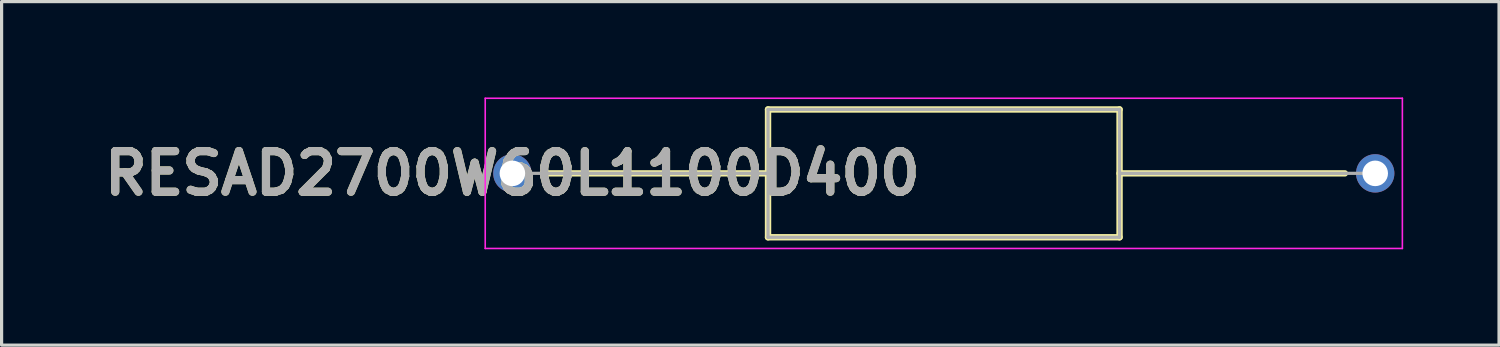
<source format=kicad_pcb>
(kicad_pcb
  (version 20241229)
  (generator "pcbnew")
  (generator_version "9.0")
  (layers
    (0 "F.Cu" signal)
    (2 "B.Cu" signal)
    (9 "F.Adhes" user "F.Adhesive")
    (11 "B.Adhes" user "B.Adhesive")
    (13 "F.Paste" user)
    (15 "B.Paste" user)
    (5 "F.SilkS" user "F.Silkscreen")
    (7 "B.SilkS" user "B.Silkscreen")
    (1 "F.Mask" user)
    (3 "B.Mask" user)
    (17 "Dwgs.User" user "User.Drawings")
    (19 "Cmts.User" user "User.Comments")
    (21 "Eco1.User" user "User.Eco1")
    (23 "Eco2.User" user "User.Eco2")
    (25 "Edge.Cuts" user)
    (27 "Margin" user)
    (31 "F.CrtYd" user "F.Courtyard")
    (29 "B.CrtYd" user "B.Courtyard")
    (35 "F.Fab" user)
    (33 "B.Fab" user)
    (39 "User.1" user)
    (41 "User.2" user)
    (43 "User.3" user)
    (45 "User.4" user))
  (footprint "RESAD2700W60L1100D400"
    (layer "F.Cu")
    (at 12.984 2.375)
    (property "Reference" "RESAD2700W60L1100D400" (at 0 0 0) (layer "F.SilkS") (effects (font (size 1.27 1.27) (thickness 0.254))))
    (attr through_hole)
    (fp_line (start 0.95 0) (end 8 0) (stroke (width 0.2) (type solid)) (layer "F.SilkS"))
    (fp_line (start 8 -2) (end 19 -2) (stroke (width 0.2) (type solid)) (layer "F.SilkS"))
    (fp_line (start 8 2) (end 8 -2) (stroke (width 0.2) (type solid)) (layer "F.SilkS"))
    (fp_line (start 19 -2) (end 19 2) (stroke (width 0.2) (type solid)) (layer "F.SilkS"))
    (fp_line (start 19 0) (end 26.05 0) (stroke (width 0.2) (type solid)) (layer "F.SilkS"))
    (fp_line (start 19 2) (end 8 2) (stroke (width 0.2) (type solid)) (layer "F.SilkS"))
    (fp_line (start -0.85 -2.35) (end 27.85 -2.35) (stroke (width 0.05) (type solid)) (layer "F.CrtYd"))
    (fp_line (start -0.85 2.35) (end -0.85 -2.35) (stroke (width 0.05) (type solid)) (layer "F.CrtYd"))
    (fp_line (start 27.85 -2.35) (end 27.85 2.35) (stroke (width 0.05) (type solid)) (layer "F.CrtYd"))
    (fp_line (start 27.85 2.35) (end -0.85 2.35) (stroke (width 0.05) (type solid)) (layer "F.CrtYd"))
    (fp_line (start 0 0) (end 8 0) (stroke (width 0.1) (type solid)) (layer "F.Fab"))
    (fp_line (start 8 -2) (end 19 -2) (stroke (width 0.1) (type solid)) (layer "F.Fab"))
    (fp_line (start 8 2) (end 8 -2) (stroke (width 0.1) (type solid)) (layer "F.Fab"))
    (fp_line (start 19 -2) (end 19 2) (stroke (width 0.1) (type solid)) (layer "F.Fab"))
    (fp_line (start 19 0) (end 27 0) (stroke (width 0.1) (type solid)) (layer "F.Fab"))
    (fp_line (start 19 2) (end 8 2) (stroke (width 0.1) (type solid)) (layer "F.Fab"))
    (fp_text user "${REFERENCE}" (at 0 0 0) (layer "F.Fab") (effects (font (size 1.27 1.27) (thickness 0.254))))
    (pad "1" thru_hole circle (at 0 0) (size 1.2 1.2) (drill 0.8) (layers "*.Cu" "*.Mask"))
    (pad "2" thru_hole circle (at 27 0) (size 1.2 1.2) (drill 0.8) (layers "*.Cu" "*.Mask")))
  (gr_rect
    (start -3 -3)
    (end 43.859 7.75)
    (stroke (width 0.1) (type default))
    (fill no)
    (layer "Edge.Cuts")))
</source>
